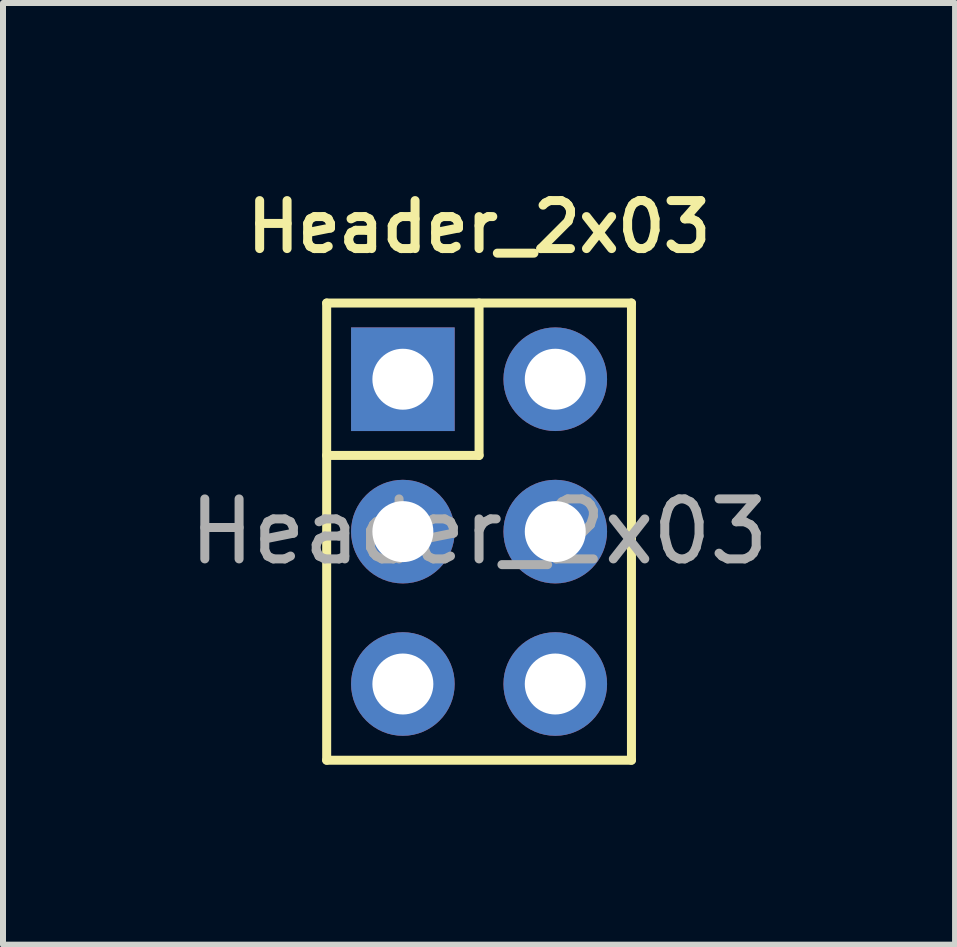
<source format=kicad_pcb>
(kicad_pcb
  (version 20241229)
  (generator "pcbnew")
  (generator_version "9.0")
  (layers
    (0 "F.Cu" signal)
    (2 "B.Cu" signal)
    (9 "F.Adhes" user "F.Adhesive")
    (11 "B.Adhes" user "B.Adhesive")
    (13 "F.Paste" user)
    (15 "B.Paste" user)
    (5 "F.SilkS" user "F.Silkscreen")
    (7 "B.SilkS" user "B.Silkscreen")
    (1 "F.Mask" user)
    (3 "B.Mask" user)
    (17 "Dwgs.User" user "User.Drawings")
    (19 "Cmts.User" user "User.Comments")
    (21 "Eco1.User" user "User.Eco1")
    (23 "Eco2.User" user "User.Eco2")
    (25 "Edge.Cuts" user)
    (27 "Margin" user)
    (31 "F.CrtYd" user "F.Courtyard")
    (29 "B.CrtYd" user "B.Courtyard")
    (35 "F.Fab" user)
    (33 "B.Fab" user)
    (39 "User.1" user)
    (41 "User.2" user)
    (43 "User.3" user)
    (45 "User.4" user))
  (footprint "Header_2x03"
    (layer "F.Cu")
    (at 3.665 3.271)
    (property "Reference" "Header_2x03" (at 1.27 -2.54 0) (layer "F.SilkS") (effects (font (size 0.8 0.8) (thickness 0.15))))
    (attr through_hole)
    (fp_line (start -1.27 -1.27) (end -1.27 6.35) (stroke (width 0.15) (type solid)) (layer "F.SilkS"))
    (fp_line (start -1.27 1.27) (end 1.27 1.27) (stroke (width 0.15) (type solid)) (layer "F.SilkS"))
    (fp_line (start -1.27 6.35) (end 3.81 6.35) (stroke (width 0.15) (type solid)) (layer "F.SilkS"))
    (fp_line (start 1.27 1.27) (end 1.27 -1.27) (stroke (width 0.15) (type solid)) (layer "F.SilkS"))
    (fp_line (start 3.81 -1.27) (end -1.27 -1.27) (stroke (width 0.15) (type solid)) (layer "F.SilkS"))
    (fp_line (start 3.81 6.35) (end 3.81 -1.27) (stroke (width 0.15) (type solid)) (layer "F.SilkS"))
    (fp_text user "${REFERENCE}" (at 1.27 2.54 0) (layer "F.Fab") (effects (font (size 1 1) (thickness 0.15))))
    (pad "1" thru_hole rect (at 0 0) (size 1.727 1.727) (drill 1.016) (layers "*.Cu" "*.Mask"))
    (pad "2" thru_hole oval (at 2.54 0) (size 1.727 1.727) (drill 1.016) (layers "*.Cu" "*.Mask"))
    (pad "3" thru_hole oval (at 0 2.54) (size 1.727 1.727) (drill 1.016) (layers "*.Cu" "*.Mask"))
    (pad "4" thru_hole oval (at 2.54 2.54) (size 1.727 1.727) (drill 1.016) (layers "*.Cu" "*.Mask"))
    (pad "5" thru_hole oval (at 0 5.08) (size 1.727 1.727) (drill 1.016) (layers "*.Cu" "*.Mask"))
    (pad "6" thru_hole oval (at 2.54 5.08) (size 1.727 1.727) (drill 1.016) (layers "*.Cu" "*.Mask")))
  (gr_rect
    (start -3 -3)
    (end 12.869 12.696)
    (stroke (width 0.1) (type default))
    (fill no)
    (layer "Edge.Cuts")))
</source>
